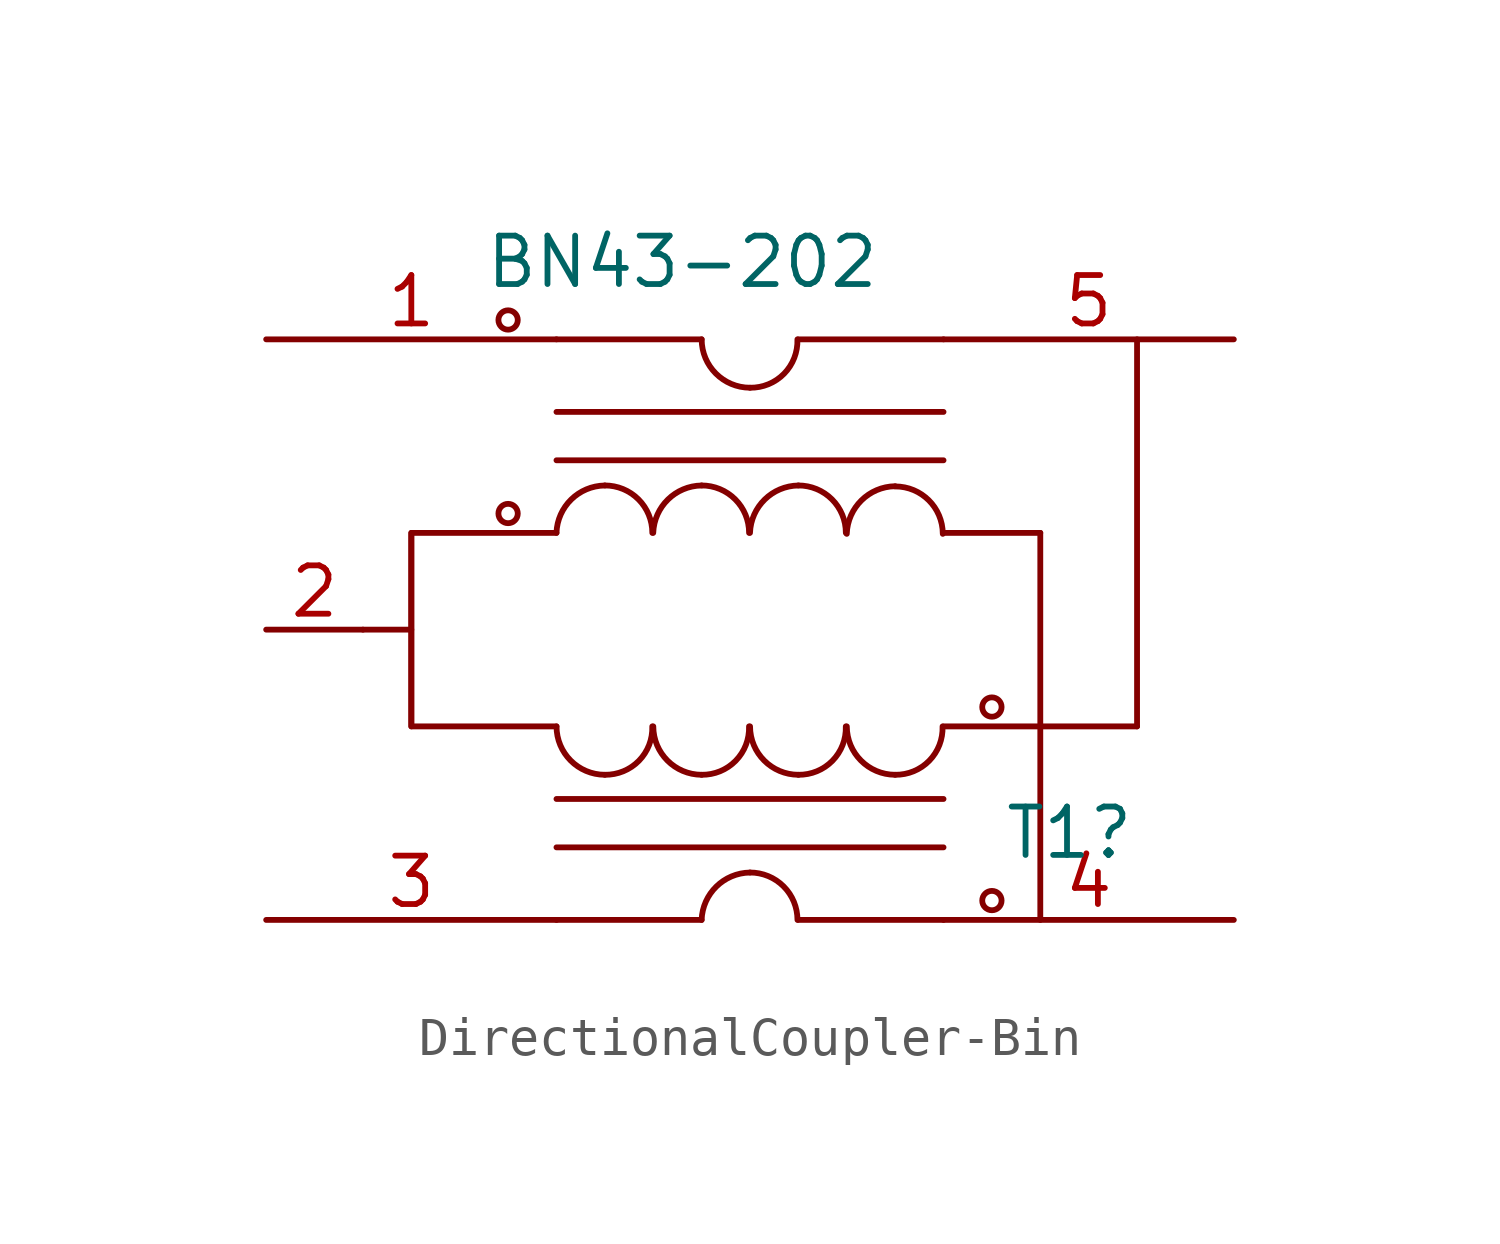
<source format=kicad_sym>
(kicad_symbol_lib
  (version 20211014)
  (generator kicad_symbol_editor)
  (symbol "DirectionalCoupler-Bin"
    (pin_names
      (offset 1.016) hide)
    (property "Reference" "T1"
      (at 8.382 -5.334 0)
      (effects (font (size 1.27 1.27))))
    (property "Value" "BN43-202"
      (at -1.778 9.652 0)
      (effects (font (size 1.27 1.27))))
    (symbol "DirectionalCoupler-Bin_0_1"
      (circle (center -6.35 3.048) (radius 0.254) (stroke (width 0) (type default) (color 0 0 0 0)) (fill (type none)))
      (circle (center -6.35 8.128) (radius 0.254) (stroke (width 0) (type default) (color 0 0 0 0)) (fill (type none)))
      (arc (start -3.81 3.7846) (mid -4.6901 3.4201) (end -5.08 2.54) (stroke (width 0) (type default) (color 0 0 0 0)) (fill (type none)))
      (arc (start -2.5654 2.54) (mid -2.9299 3.4201) (end -3.81 3.7846) (stroke (width 0) (type default) (color 0 0 0 0)) (fill (type none)))
      (arc (start -1.27 3.7846) (mid -2.1501 3.4201) (end -2.54 2.54) (stroke (width 0) (type default) (color 0 0 0 0)) (fill (type none)))
      (arc (start -1.27 7.62) (mid -0.898 6.722) (end 0 6.35) (stroke (width 0) (type default) (color 0 0 0 0)) (fill (type none)))
      (arc (start -0.0254 2.54) (mid -0.3899 3.4201) (end -1.27 3.7846) (stroke (width 0) (type default) (color 0 0 0 0)) (fill (type none)))
      (polyline (pts (xy -10.16 0) (xy -8.89 0)) (stroke (width 0) (type default) (color 0 0 0 0)) (fill (type none)))
      (polyline (pts (xy -8.89 2.54) (xy -8.89 -2.54)) (stroke (width 0) (type default) (color 0 0 0 0)) (fill (type none)))
      (polyline (pts (xy -5.08 5.715) (xy 5.08 5.715)) (stroke (width 0) (type default) (color 0 0 0 0)) (fill (type none)))
      (polyline (pts (xy -1.27 -7.62) (xy -5.08 -7.62)) (stroke (width 0) (type default) (color 0 0 0 0)) (fill (type none)))
      (polyline (pts (xy -1.27 7.62) (xy -5.08 7.62)) (stroke (width 0) (type default) (color 0 0 0 0)) (fill (type none)))
      (polyline (pts (xy 1.27 -7.62) (xy 5.08 -7.62)) (stroke (width 0) (type default) (color 0 0 0 0)) (fill (type none)))
      (polyline (pts (xy 1.27 7.62) (xy 5.08 7.62)) (stroke (width 0) (type default) (color 0 0 0 0)) (fill (type none)))
      (polyline (pts (xy 5.08 -2.54) (xy 10.16 -2.54)) (stroke (width 0) (type default) (color 0 0 0 0)) (fill (type none)))
      (polyline (pts (xy 5.08 2.54) (xy 7.62 2.54)) (stroke (width 0) (type default) (color 0 0 0 0)) (fill (type none)))
      (polyline (pts (xy 5.08 4.445) (xy -5.08 4.445)) (stroke (width 0) (type default) (color 0 0 0 0)) (fill (type none)))
      (polyline (pts (xy 7.62 -7.62) (xy 7.62 2.54)) (stroke (width 0) (type default) (color 0 0 0 0)) (fill (type none)))
      (polyline (pts (xy 10.16 7.62) (xy 10.16 -2.54)) (stroke (width 0) (type default) (color 0 0 0 0)) (fill (type none)))
      (polyline (pts (xy -5.08 2.54) (xy -8.89 2.54) (xy -8.89 -2.54) (xy -5.08 -2.54)) (stroke (width 0) (type default) (color 0 0 0 0)) (fill (type none)))
      (arc (start 0 6.35) (mid 0.898 6.722) (end 1.2446 7.62) (stroke (width 0) (type default) (color 0 0 0 0)) (fill (type none)))
      (arc (start 1.27 3.7846) (mid 0.3899 3.4201) (end 0 2.54) (stroke (width 0) (type default) (color 0 0 0 0)) (fill (type none)))
      (arc (start 2.5146 2.54) (mid 2.1501 3.4201) (end 1.27 3.7846) (stroke (width 0) (type default) (color 0 0 0 0)) (fill (type none)))
      (arc (start 3.81 3.7592) (mid 2.9299 3.3947) (end 2.54 2.5146) (stroke (width 0) (type default) (color 0 0 0 0)) (fill (type none)))
      (arc (start 5.0546 2.5146) (mid 4.6901 3.3947) (end 3.81 3.7592) (stroke (width 0) (type default) (color 0 0 0 0)) (fill (type none)))
      (circle (center 6.35 -7.112) (radius 0.254) (stroke (width 0) (type default) (color 0 0 0 0)) (fill (type none)))
      (circle (center 6.35 -2.032) (radius 0.254) (stroke (width 0) (type default) (color 0 0 0 0)) (fill (type none))))
    (symbol "DirectionalCoupler-Bin_1_1"
      (arc (start -5.08 -2.54) (mid -4.708 -3.438) (end -3.81 -3.81) (stroke (width 0) (type default) (color 0 0 0 0)) (fill (type none)))
      (arc (start -3.81 -3.81) (mid -2.912 -3.438) (end -2.5654 -2.54) (stroke (width 0) (type default) (color 0 0 0 0)) (fill (type none)))
      (arc (start -2.54 -2.54) (mid -2.168 -3.438) (end -1.27 -3.81) (stroke (width 0) (type default) (color 0 0 0 0)) (fill (type none)))
      (arc (start -1.27 -3.81) (mid -0.372 -3.438) (end -0.0254 -2.54) (stroke (width 0) (type default) (color 0 0 0 0)) (fill (type none)))
      (arc (start 0 -6.3754) (mid -0.8801 -6.7399) (end -1.27 -7.62) (stroke (width 0) (type default) (color 0 0 0 0)) (fill (type none)))
      (arc (start 0 -2.54) (mid 0.372 -3.438) (end 1.27 -3.81) (stroke (width 0) (type default) (color 0 0 0 0)) (fill (type none)))
      (polyline (pts (xy -5.08 -4.445) (xy 5.08 -4.445)) (stroke (width 0) (type default) (color 0 0 0 0)) (fill (type none)))
      (polyline (pts (xy 5.08 -5.715) (xy -5.08 -5.715)) (stroke (width 0) (type default) (color 0 0 0 0)) (fill (type none)))
      (arc (start 1.2446 -7.62) (mid 0.8801 -6.7399) (end 0 -6.3754) (stroke (width 0) (type default) (color 0 0 0 0)) (fill (type none)))
      (arc (start 1.27 -3.81) (mid 2.168 -3.438) (end 2.5146 -2.54) (stroke (width 0) (type default) (color 0 0 0 0)) (fill (type none)))
      (arc (start 2.54 -2.54) (mid 2.912 -3.438) (end 3.81 -3.81) (stroke (width 0) (type default) (color 0 0 0 0)) (fill (type none)))
      (arc (start 3.81 -3.81) (mid 4.708 -3.438) (end 5.0546 -2.54) (stroke (width 0) (type default) (color 0 0 0 0)) (fill (type none)))
      (pin passive line (at -12.7 7.62 0) (length 7.62) (name "1" (effects (font (size 1.27 1.27)))) (number "1" (effects (font (size 1.27 1.27)))))
      (pin input line (at -12.7 0 0) (length 2.54) (name "2" (effects (font (size 1.27 1.27)))) (number "2" (effects (font (size 1.27 1.27)))))
      (pin passive line (at -12.7 -7.62 0) (length 7.62) (name "3" (effects (font (size 1.27 1.27)))) (number "3" (effects (font (size 1.27 1.27)))))
      (pin passive line (at 12.7 -7.62 180) (length 7.62) (name "4" (effects (font (size 1.27 1.27)))) (number "4" (effects (font (size 1.27 1.27)))))
      (pin passive line (at 12.7 7.62 180) (length 7.62) (name "5" (effects (font (size 1.27 1.27)))) (number "5" (effects (font (size 1.27 1.27))))))))
</source>
